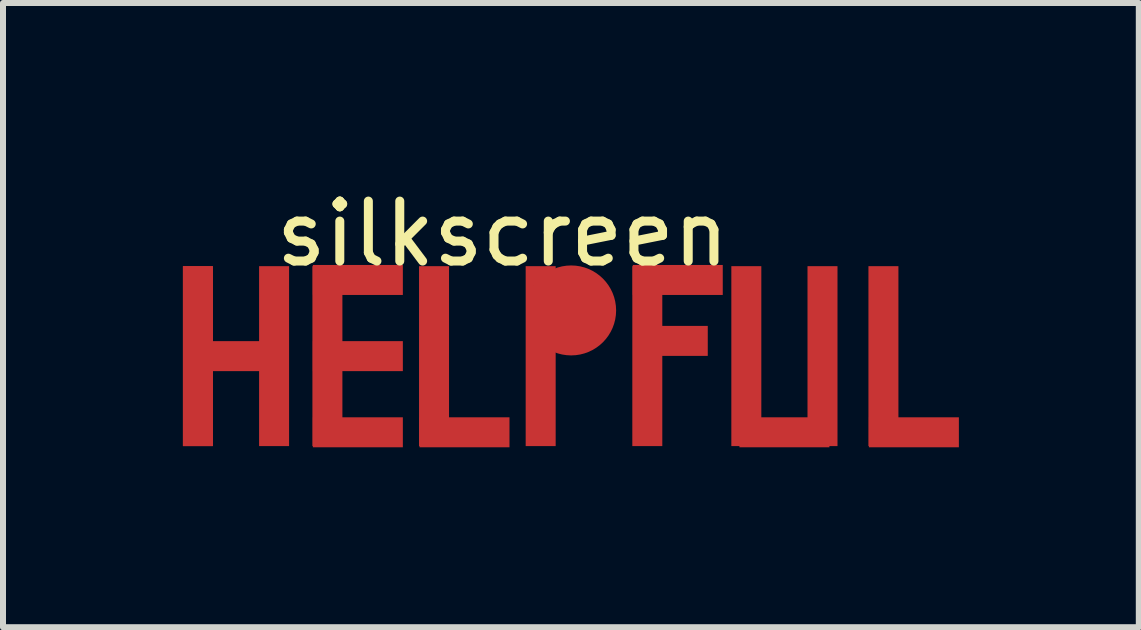
<source format=kicad_pcb>
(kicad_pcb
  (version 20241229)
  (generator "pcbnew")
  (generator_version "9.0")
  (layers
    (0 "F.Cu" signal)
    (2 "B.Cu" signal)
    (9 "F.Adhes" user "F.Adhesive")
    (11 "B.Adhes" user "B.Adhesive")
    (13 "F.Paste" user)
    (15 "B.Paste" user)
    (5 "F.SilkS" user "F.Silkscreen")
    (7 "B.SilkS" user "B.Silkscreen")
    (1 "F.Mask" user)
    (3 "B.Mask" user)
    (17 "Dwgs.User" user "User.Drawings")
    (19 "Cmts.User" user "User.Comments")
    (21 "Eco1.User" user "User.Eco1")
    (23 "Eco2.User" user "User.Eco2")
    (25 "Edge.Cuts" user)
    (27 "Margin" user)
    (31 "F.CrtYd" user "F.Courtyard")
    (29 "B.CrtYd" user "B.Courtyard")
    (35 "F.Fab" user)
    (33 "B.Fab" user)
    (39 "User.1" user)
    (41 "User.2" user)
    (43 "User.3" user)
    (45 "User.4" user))
  (footprint "silkscreen"
    (layer "F.Cu")
    (at 5.33 0.348)
    (property "Reference" "silkscreen" (at 0 0.5 0) (layer "F.SilkS") (effects (font (size 1 1) (thickness 0.15))))
    (attr through_hole)
    (pad "1" smd rect (at -5.08 2.54) (size 0.5 3) (layers "F.Cu" "F.Mask" "F.Paste"))
    (pad "1" smd rect (at -5.08 2.54) (size 0.5 3) (layers "F.Cu" "F.Mask" "F.Paste"))
    (pad "2" smd rect (at -3.81 2.54) (size 0.5 3) (layers "F.Cu" "F.Mask" "F.Paste"))
    (pad "3" smd rect (at -2.921 2.54) (size 0.5 3) (layers "F.Cu" "F.Mask" "F.Paste"))
    (pad "4" smd rect (at -1.143 2.54) (size 0.5 3) (layers "F.Cu" "F.Mask" "F.Paste"))
    (pad "5" smd rect (at 0.635 2.54) (size 0.5 3) (layers "F.Cu" "F.Mask" "F.Paste"))
    (pad "5" smd circle (at 1.143 1.778) (size 1.5 1.5) (layers "F.Cu" "F.Mask" "F.Paste"))
    (pad "6" smd trapezoid (at 2.413 2.54) (size 0.5 3) (layers "F.Cu" "F.Mask" "F.Paste"))
    (pad "7" smd trapezoid (at 4.064 2.54) (size 0.5 3) (layers "F.Cu" "F.Mask" "F.Paste"))
    (pad "8" smd trapezoid (at 5.334 2.54) (size 0.5 3) (layers "F.Cu" "F.Mask" "F.Paste"))
    (pad "9" smd trapezoid (at 6.35 2.54) (size 0.5 3) (layers "F.Cu" "F.Mask" "F.Paste"))
    (pad "13" smd trapezoid (at -2.413 3.81) (size 1.5 0.5) (layers "F.Cu" "F.Mask" "F.Paste"))
    (pad "14" smd trapezoid (at -2.413 2.54) (size 1.5 0.5) (layers "F.Cu" "F.Mask" "F.Paste"))
    (pad "15" smd trapezoid (at -2.413 1.27) (size 1.5 0.5) (layers "F.Cu" "F.Mask" "F.Paste"))
    (pad "16" smd trapezoid (at -4.445 2.54) (size 1.5 0.5) (layers "F.Cu" "F.Mask" "F.Paste"))
    (pad "17" smd trapezoid (at -0.635 3.81) (size 1.5 0.5) (layers "F.Cu" "F.Mask" "F.Paste"))
    (pad "18" smd trapezoid (at 2.921 1.27) (size 1.5 0.5) (layers "F.Cu" "F.Mask" "F.Paste"))
    (pad "19" smd trapezoid (at 2.921 2.286) (size 1 0.5) (layers "F.Cu" "F.Mask" "F.Paste"))
    (pad "20" smd trapezoid (at 4.699 3.81) (size 1.5 0.5) (layers "F.Cu" "F.Mask" "F.Paste"))
    (pad "21" smd trapezoid (at 6.858 3.81) (size 1.5 0.5) (layers "F.Cu" "F.Mask" "F.Paste")))
  (gr_rect
    (start -3 -3)
    (end 15.938 7.408)
    (stroke (width 0.1) (type default))
    (fill no)
    (layer "Edge.Cuts")))
</source>
